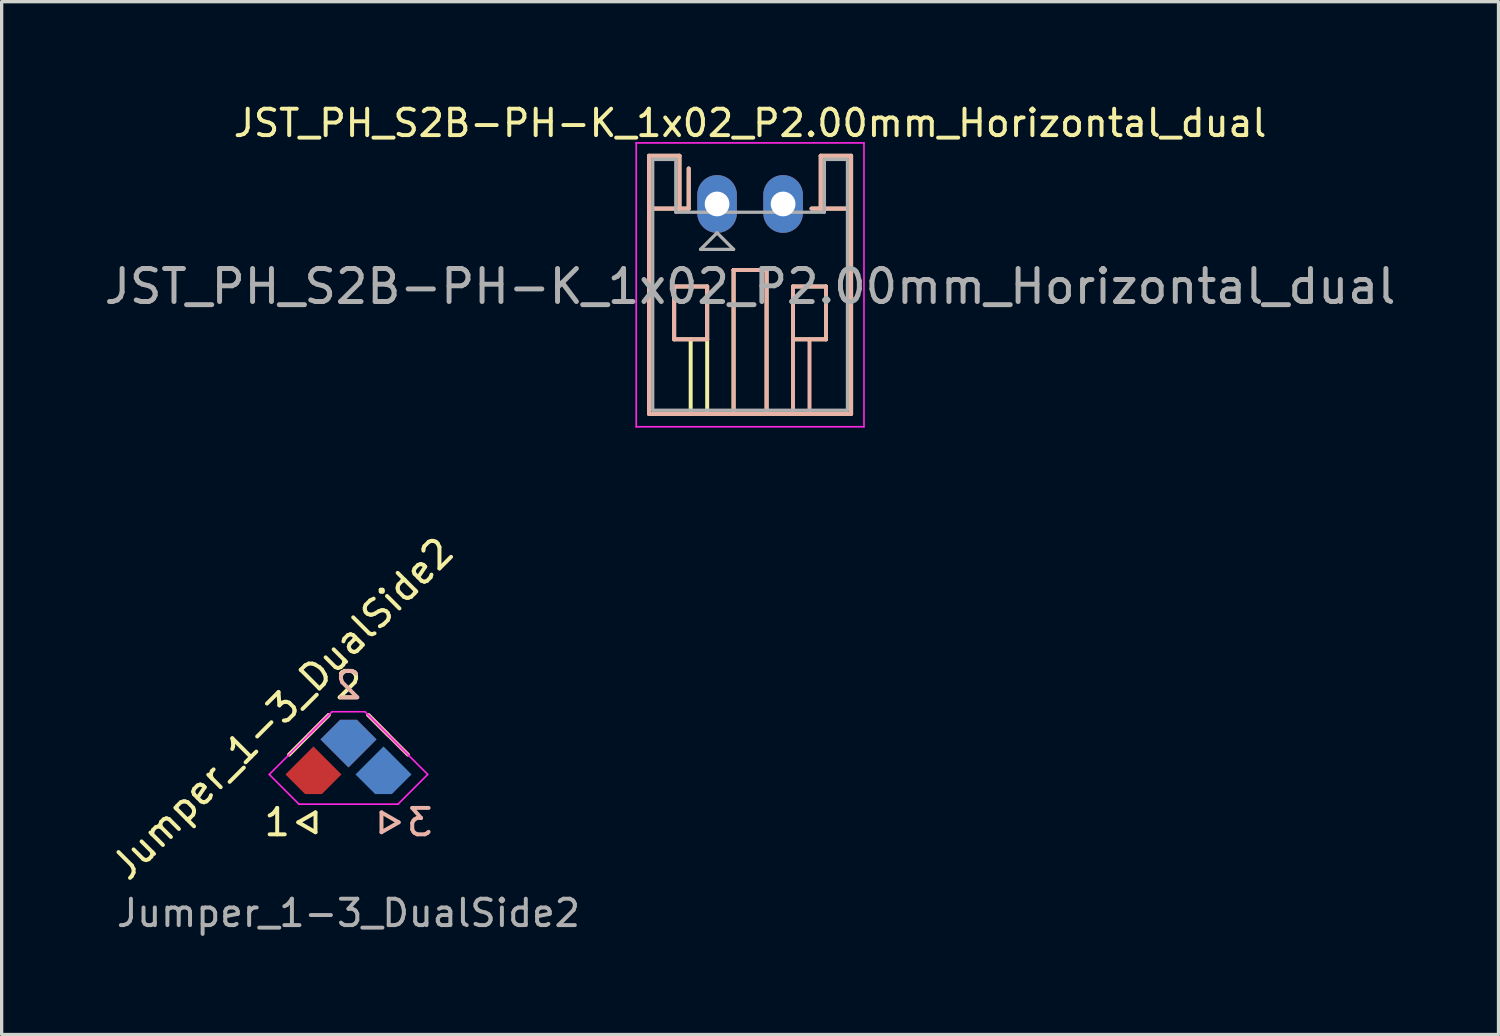
<source format=kicad_pcb>
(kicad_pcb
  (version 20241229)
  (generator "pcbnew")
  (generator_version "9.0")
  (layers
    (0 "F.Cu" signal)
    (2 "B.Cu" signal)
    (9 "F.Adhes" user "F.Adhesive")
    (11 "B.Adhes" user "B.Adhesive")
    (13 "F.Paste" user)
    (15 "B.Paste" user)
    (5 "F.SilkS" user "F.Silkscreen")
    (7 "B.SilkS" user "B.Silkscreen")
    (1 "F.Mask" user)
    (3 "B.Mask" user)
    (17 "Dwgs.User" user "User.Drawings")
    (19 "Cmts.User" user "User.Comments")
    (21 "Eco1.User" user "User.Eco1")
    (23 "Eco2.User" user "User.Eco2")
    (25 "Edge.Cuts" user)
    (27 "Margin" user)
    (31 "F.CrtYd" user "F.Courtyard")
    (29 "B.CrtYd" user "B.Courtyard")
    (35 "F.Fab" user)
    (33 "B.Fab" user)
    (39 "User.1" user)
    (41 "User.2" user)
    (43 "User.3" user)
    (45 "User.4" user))
  (footprint "Jumper_1-3_DualSide2"
    (layer "F.Cu")
    (at 7.507 20.411)
    (property "Reference" "Jumper_1-3_DualSide2" (at -2 -2 45) (layer "F.SilkS") (effects (font (size 0.8 0.8) (thickness 0.12))))
    (attr smd)
    (fp_poly (pts (xy 0 -0.212) (xy -0.212 0) (xy -1.061 -0.849) (xy -0.849 -1.061)) (stroke (width 0) (type default)) (fill yes) (layer "F.Mask"))
    (fp_poly (pts (xy 1.061 -0.849) (xy 0.849 -1.061) (xy 0 -0.212) (xy 0.212 0)) (stroke (width 0) (type default)) (fill yes) (layer "B.Mask"))
    (fp_line (start -1.8 -0.6) (end -0.6 -1.8) (stroke (width 0.12) (type default)) (layer "F.SilkS"))
    (fp_line (start -1 1.15) (end -1.52 1.45) (stroke (width 0.12) (type default)) (layer "F.SilkS"))
    (fp_line (start -1 1.15) (end -1 1.75) (stroke (width 0.12) (type default)) (layer "F.SilkS"))
    (fp_line (start -1 1.75) (end -1.52 1.45) (stroke (width 0.12) (type default)) (layer "F.SilkS"))
    (fp_line (start 1.2 -1.2) (end 0.6 -1.8) (stroke (width 0.12) (type default)) (layer "F.SilkS"))
    (fp_line (start -1.2 -1.2) (end -0.6 -1.8) (stroke (width 0.12) (type default)) (layer "B.SilkS"))
    (fp_line (start 1 1.15) (end 1 1.75) (stroke (width 0.12) (type default)) (layer "B.SilkS"))
    (fp_line (start 1 1.15) (end 1.52 1.45) (stroke (width 0.12) (type default)) (layer "B.SilkS"))
    (fp_line (start 1 1.75) (end 1.52 1.45) (stroke (width 0.12) (type default)) (layer "B.SilkS"))
    (fp_line (start 1.8 -0.6) (end 0.6 -1.8) (stroke (width 0.12) (type default)) (layer "B.SilkS"))
    (fp_line (start -2.4 0) (end -1.5 0.9) (stroke (width 0.05) (type default)) (layer "F.CrtYd"))
    (fp_line (start -2.4 0) (end -0.5 -1.9) (stroke (width 0.05) (type default)) (layer "F.CrtYd"))
    (fp_line (start 0.5 -1.9) (end -0.5 -1.9) (stroke (width 0.05) (type default)) (layer "F.CrtYd"))
    (fp_line (start 1.5 0.9) (end -1.5 0.9) (stroke (width 0.05) (type default)) (layer "F.CrtYd"))
    (fp_line (start 1.5 0.9) (end 2.4 0) (stroke (width 0.05) (type default)) (layer "F.CrtYd"))
    (fp_line (start 2.4 0) (end 0.5 -1.9) (stroke (width 0.05) (type default)) (layer "F.CrtYd"))
    (fp_text user "2" (at 0 -2.7 0) (layer "F.SilkS") (effects (font (size 0.8 0.8) (thickness 0.12))))
    (fp_text user "1" (at -1.7 1.45 0) (layer "F.SilkS") (effects (font (size 0.8 0.8) (thickness 0.12)) (justify right)))
    (fp_text user "3" (at 1.7 1.45 0) (layer "B.SilkS") (effects (font (size 0.8 0.8) (thickness 0.12)) (justify right mirror)))
    (fp_text user "2" (at 0 -2.7 0) (layer "B.SilkS") (effects (font (size 0.8 0.8) (thickness 0.12)) (justify mirror)))
    (fp_text user "${REFERENCE}" (at 0 4.2 180) (layer "F.Fab") (effects (font (size 0.8 0.8) (thickness 0.12))))
    (pad "1" smd roundrect (at -1.061 0 135) (size 1.2 1.2) (layers "F.Cu" "F.Mask") (roundrect_rratio 0) (chamfer_ratio 0.3) (chamfer top_left))
    (pad "2" smd roundrect (at 0 -1.061 315) (size 1.2 1.2) (layers "F.Cu" "F.Mask") (roundrect_rratio 0) (chamfer_ratio 0.3) (chamfer top_left))
    (pad "2" smd roundrect (at 0 -1.061 45) (size 1.2 1.2) (layers "B.Cu" "B.Mask") (roundrect_rratio 0) (chamfer_ratio 0.3) (chamfer top_right))
    (pad "3" smd roundrect (at 1.061 0 225) (size 1.2 1.2) (layers "B.Cu" "B.Mask") (roundrect_rratio 0) (chamfer_ratio 0.3) (chamfer top_right)))
  (footprint "JST_PH_S2B-PH-K_1x02_P2.00mm_Horizontal_dual"
    (layer "F.Cu")
    (at 18.673 3.129)
    (property "Reference" "JST_PH_S2B-PH-K_1x02_P2.00mm_Horizontal_dual" (at 1 -2.45 0) (layer "F.SilkS") (effects (font (size 0.8 0.8) (thickness 0.12))))
    (attr through_hole)
    (fp_line (start -2.06 -1.46) (end -2.06 6.36) (stroke (width 0.12) (type solid)) (layer "F.SilkS"))
    (fp_line (start -2.06 0.14) (end -1.14 0.14) (stroke (width 0.12) (type solid)) (layer "F.SilkS"))
    (fp_line (start -2.06 6.36) (end 4.06 6.36) (stroke (width 0.12) (type solid)) (layer "F.SilkS"))
    (fp_line (start -1.3 2.5) (end -1.3 4.1) (stroke (width 0.12) (type solid)) (layer "F.SilkS"))
    (fp_line (start -1.3 4.1) (end -0.3 4.1) (stroke (width 0.12) (type solid)) (layer "F.SilkS"))
    (fp_line (start -1.14 -1.46) (end -2.06 -1.46) (stroke (width 0.12) (type solid)) (layer "F.SilkS"))
    (fp_line (start -1.14 0.14) (end -1.14 -1.46) (stroke (width 0.12) (type solid)) (layer "F.SilkS"))
    (fp_line (start -0.86 0.14) (end -1.14 0.14) (stroke (width 0.12) (type solid)) (layer "F.SilkS"))
    (fp_line (start -0.86 0.14) (end -0.86 -1.075) (stroke (width 0.12) (type solid)) (layer "F.SilkS"))
    (fp_line (start -0.8 4.1) (end -0.8 6.36) (stroke (width 0.12) (type solid)) (layer "F.SilkS"))
    (fp_line (start -0.3 2.5) (end -1.3 2.5) (stroke (width 0.12) (type solid)) (layer "F.SilkS"))
    (fp_line (start -0.3 4.1) (end -0.3 2.5) (stroke (width 0.12) (type solid)) (layer "F.SilkS"))
    (fp_line (start -0.3 4.1) (end -0.3 6.36) (stroke (width 0.12) (type solid)) (layer "F.SilkS"))
    (fp_line (start 0.5 2) (end 1.5 2) (stroke (width 0.12) (type solid)) (layer "F.SilkS"))
    (fp_line (start 0.5 6.36) (end 0.5 2) (stroke (width 0.12) (type solid)) (layer "F.SilkS"))
    (fp_line (start 1.5 2) (end 1.5 6.36) (stroke (width 0.12) (type solid)) (layer "F.SilkS"))
    (fp_line (start 2.3 2.5) (end 3.3 2.5) (stroke (width 0.12) (type solid)) (layer "F.SilkS"))
    (fp_line (start 2.3 4.1) (end 2.3 2.5) (stroke (width 0.12) (type solid)) (layer "F.SilkS"))
    (fp_line (start 3.14 -1.46) (end 3.14 0.14) (stroke (width 0.12) (type solid)) (layer "F.SilkS"))
    (fp_line (start 3.14 0.14) (end 2.86 0.14) (stroke (width 0.12) (type solid)) (layer "F.SilkS"))
    (fp_line (start 3.3 2.5) (end 3.3 4.1) (stroke (width 0.12) (type solid)) (layer "F.SilkS"))
    (fp_line (start 3.3 4.1) (end 2.3 4.1) (stroke (width 0.12) (type solid)) (layer "F.SilkS"))
    (fp_line (start 4.06 -1.46) (end 3.14 -1.46) (stroke (width 0.12) (type solid)) (layer "F.SilkS"))
    (fp_line (start 4.06 0.14) (end 3.14 0.14) (stroke (width 0.12) (type solid)) (layer "F.SilkS"))
    (fp_line (start 4.06 6.36) (end 4.06 -1.46) (stroke (width 0.12) (type solid)) (layer "F.SilkS"))
    (fp_line (start -2.06 -1.46) (end -1.14 -1.46) (stroke (width 0.12) (type solid)) (layer "B.SilkS"))
    (fp_line (start -2.06 0.14) (end -1.14 0.14) (stroke (width 0.12) (type solid)) (layer "B.SilkS"))
    (fp_line (start -2.06 6.36) (end -2.06 -1.46) (stroke (width 0.12) (type solid)) (layer "B.SilkS"))
    (fp_line (start -1.3 2.5) (end -1.3 4.1) (stroke (width 0.12) (type solid)) (layer "B.SilkS"))
    (fp_line (start -1.3 4.1) (end -0.3 4.1) (stroke (width 0.12) (type solid)) (layer "B.SilkS"))
    (fp_line (start -1.14 -1.46) (end -1.14 0.14) (stroke (width 0.12) (type solid)) (layer "B.SilkS"))
    (fp_line (start -1.14 0.14) (end -0.86 0.14) (stroke (width 0.12) (type solid)) (layer "B.SilkS"))
    (fp_line (start -0.86 0.14) (end -0.86 -1.075) (stroke (width 0.12) (type solid)) (layer "B.SilkS"))
    (fp_line (start -0.3 2.5) (end -1.3 2.5) (stroke (width 0.12) (type solid)) (layer "B.SilkS"))
    (fp_line (start -0.3 4.1) (end -0.3 2.5) (stroke (width 0.12) (type solid)) (layer "B.SilkS"))
    (fp_line (start 0.5 2) (end 0.5 6.36) (stroke (width 0.12) (type solid)) (layer "B.SilkS"))
    (fp_line (start 1.5 2) (end 0.5 2) (stroke (width 0.12) (type solid)) (layer "B.SilkS"))
    (fp_line (start 1.5 6.36) (end 1.5 2) (stroke (width 0.12) (type solid)) (layer "B.SilkS"))
    (fp_line (start 2.3 2.5) (end 3.3 2.5) (stroke (width 0.12) (type solid)) (layer "B.SilkS"))
    (fp_line (start 2.3 4.1) (end 2.3 2.5) (stroke (width 0.12) (type solid)) (layer "B.SilkS"))
    (fp_line (start 2.3 4.1) (end 2.3 6.36) (stroke (width 0.12) (type solid)) (layer "B.SilkS"))
    (fp_line (start 2.8 4.1) (end 2.8 6.36) (stroke (width 0.12) (type solid)) (layer "B.SilkS"))
    (fp_line (start 2.86 0.14) (end 3.14 0.14) (stroke (width 0.12) (type solid)) (layer "B.SilkS"))
    (fp_line (start 3.14 -1.46) (end 4.06 -1.46) (stroke (width 0.12) (type solid)) (layer "B.SilkS"))
    (fp_line (start 3.14 0.14) (end 3.14 -1.46) (stroke (width 0.12) (type solid)) (layer "B.SilkS"))
    (fp_line (start 3.3 2.5) (end 3.3 4.1) (stroke (width 0.12) (type solid)) (layer "B.SilkS"))
    (fp_line (start 3.3 4.1) (end 2.3 4.1) (stroke (width 0.12) (type solid)) (layer "B.SilkS"))
    (fp_line (start 4.06 -1.46) (end 4.06 6.36) (stroke (width 0.12) (type solid)) (layer "B.SilkS"))
    (fp_line (start 4.06 0.14) (end 3.14 0.14) (stroke (width 0.12) (type solid)) (layer "B.SilkS"))
    (fp_line (start 4.06 6.36) (end -2.06 6.36) (stroke (width 0.12) (type solid)) (layer "B.SilkS"))
    (fp_line (start -2.45 -1.85) (end -2.45 6.75) (stroke (width 0.05) (type solid)) (layer "F.CrtYd"))
    (fp_line (start -2.45 6.75) (end 4.45 6.75) (stroke (width 0.05) (type solid)) (layer "F.CrtYd"))
    (fp_line (start 4.45 -1.85) (end -2.45 -1.85) (stroke (width 0.05) (type solid)) (layer "F.CrtYd"))
    (fp_line (start 4.45 6.75) (end 4.45 -1.85) (stroke (width 0.05) (type solid)) (layer "F.CrtYd"))
    (fp_line (start -1.95 -1.35) (end -1.95 6.25) (stroke (width 0.1) (type solid)) (layer "F.Fab"))
    (fp_line (start -1.95 6.25) (end 3.95 6.25) (stroke (width 0.1) (type solid)) (layer "F.Fab"))
    (fp_line (start -1.25 -1.35) (end -1.95 -1.35) (stroke (width 0.1) (type solid)) (layer "F.Fab"))
    (fp_line (start -1.25 0.25) (end -1.25 -1.35) (stroke (width 0.1) (type solid)) (layer "F.Fab"))
    (fp_line (start -0.5 1.375) (end 0.5 1.375) (stroke (width 0.1) (type solid)) (layer "F.Fab"))
    (fp_line (start 0 0.875) (end -0.5 1.375) (stroke (width 0.1) (type solid)) (layer "F.Fab"))
    (fp_line (start 0.5 1.375) (end 0 0.875) (stroke (width 0.1) (type solid)) (layer "F.Fab"))
    (fp_line (start 3.25 -1.35) (end 3.25 0.25) (stroke (width 0.1) (type solid)) (layer "F.Fab"))
    (fp_line (start 3.25 0.25) (end -1.25 0.25) (stroke (width 0.1) (type solid)) (layer "F.Fab"))
    (fp_line (start 3.95 -1.35) (end 3.25 -1.35) (stroke (width 0.1) (type solid)) (layer "F.Fab"))
    (fp_line (start 3.95 6.25) (end 3.95 -1.35) (stroke (width 0.1) (type solid)) (layer "F.Fab"))
    (fp_text user "${REFERENCE}" (at 1 2.5 0) (layer "F.Fab") (effects (font (size 1 1) (thickness 0.15))))
    (pad "1" thru_hole oval (at 0 0) (size 1.2 1.75) (drill 0.75) (layers "*.Cu" "*.Mask"))
    (pad "2" thru_hole oval (at 2 0) (size 1.2 1.75) (drill 0.75) (layers "*.Cu" "*.Mask")))
  (gr_rect
    (start -3 -3)
    (end 42.345 28.289)
    (stroke (width 0.1) (type default))
    (fill no)
    (layer "Edge.Cuts")))
</source>
